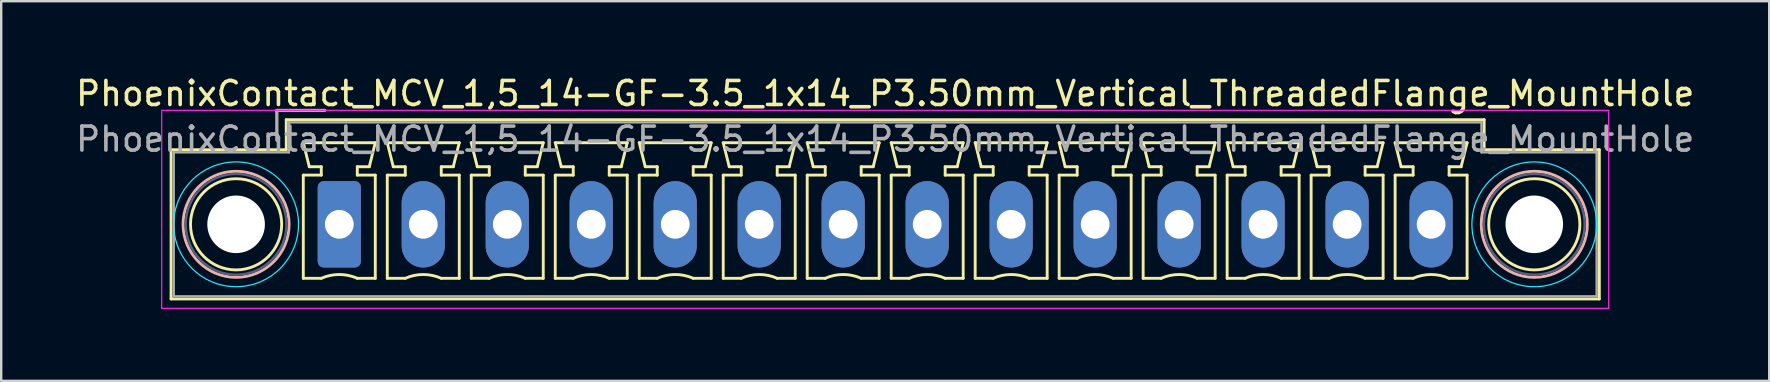
<source format=kicad_pcb>
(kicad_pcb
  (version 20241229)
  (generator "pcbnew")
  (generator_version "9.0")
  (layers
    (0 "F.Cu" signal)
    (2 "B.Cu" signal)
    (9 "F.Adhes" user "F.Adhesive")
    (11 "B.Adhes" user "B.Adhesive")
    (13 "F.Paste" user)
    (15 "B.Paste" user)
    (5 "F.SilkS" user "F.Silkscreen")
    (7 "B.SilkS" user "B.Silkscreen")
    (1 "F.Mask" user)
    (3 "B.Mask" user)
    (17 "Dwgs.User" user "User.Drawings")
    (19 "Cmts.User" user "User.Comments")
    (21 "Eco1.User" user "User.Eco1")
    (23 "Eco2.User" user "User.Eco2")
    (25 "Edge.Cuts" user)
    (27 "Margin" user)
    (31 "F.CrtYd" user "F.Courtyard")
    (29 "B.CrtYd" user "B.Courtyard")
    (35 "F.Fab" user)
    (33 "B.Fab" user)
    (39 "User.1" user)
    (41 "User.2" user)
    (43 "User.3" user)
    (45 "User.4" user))
  (footprint "PhoenixContact_MCV_1,5_14-GF-3.5_1x14_P3.50mm_Vertical_ThreadedFlange_MountHole"
    (layer "F.Cu")
    (at 11.089 6.298)
    (property "Reference" "PhoenixContact_MCV_1,5_14-GF-3.5_1x14_P3.50mm_Vertical_ThreadedFlange_MountHole" (at 22.75 -5.45 0) (layer "F.SilkS") (effects (font (size 1 1) (thickness 0.15))))
    (attr through_hole)
    (fp_line (start -7.01 -3.11) (end -7.01 3.11) (stroke (width 0.12) (type solid)) (layer "F.SilkS"))
    (fp_line (start -7.01 3.11) (end 52.51 3.11) (stroke (width 0.12) (type solid)) (layer "F.SilkS"))
    (fp_line (start -2.6 -4.75) (end -0.6 -4.75) (stroke (width 0.12) (type solid)) (layer "F.SilkS"))
    (fp_line (start -2.6 -3.5) (end -2.6 -4.75) (stroke (width 0.12) (type solid)) (layer "F.SilkS"))
    (fp_line (start -2.21 -4.36) (end -2.21 -3.11) (stroke (width 0.12) (type solid)) (layer "F.SilkS"))
    (fp_line (start -2.21 -3.11) (end -7.01 -3.11) (stroke (width 0.12) (type solid)) (layer "F.SilkS"))
    (fp_line (start -1.5 -3.4) (end 1.5 -3.4) (stroke (width 0.12) (type solid)) (layer "F.SilkS"))
    (fp_line (start -1.5 -2.05) (end -0.75 -2.05) (stroke (width 0.12) (type solid)) (layer "F.SilkS"))
    (fp_line (start -1.5 2.25) (end -1.5 -2.05) (stroke (width 0.12) (type solid)) (layer "F.SilkS"))
    (fp_line (start -1.25 -2.4) (end -1.5 -3.4) (stroke (width 0.12) (type solid)) (layer "F.SilkS"))
    (fp_line (start -0.75 -2.4) (end -1.25 -2.4) (stroke (width 0.12) (type solid)) (layer "F.SilkS"))
    (fp_line (start -0.75 -2.05) (end -0.75 -2.4) (stroke (width 0.12) (type solid)) (layer "F.SilkS"))
    (fp_line (start -0.75 2.25) (end -1.5 2.25) (stroke (width 0.12) (type solid)) (layer "F.SilkS"))
    (fp_line (start 0.75 -2.4) (end 0.75 -2.05) (stroke (width 0.12) (type solid)) (layer "F.SilkS"))
    (fp_line (start 0.75 -2.05) (end 1.5 -2.05) (stroke (width 0.12) (type solid)) (layer "F.SilkS"))
    (fp_line (start 1.25 -2.4) (end 0.75 -2.4) (stroke (width 0.12) (type solid)) (layer "F.SilkS"))
    (fp_line (start 1.5 -3.4) (end 1.25 -2.4) (stroke (width 0.12) (type solid)) (layer "F.SilkS"))
    (fp_line (start 1.5 -2.05) (end 1.5 2.25) (stroke (width 0.12) (type solid)) (layer "F.SilkS"))
    (fp_line (start 1.5 2.25) (end 0.75 2.25) (stroke (width 0.12) (type solid)) (layer "F.SilkS"))
    (fp_line (start 2 -3.4) (end 5 -3.4) (stroke (width 0.12) (type solid)) (layer "F.SilkS"))
    (fp_line (start 2 -2.05) (end 2.75 -2.05) (stroke (width 0.12) (type solid)) (layer "F.SilkS"))
    (fp_line (start 2 2.25) (end 2 -2.05) (stroke (width 0.12) (type solid)) (layer "F.SilkS"))
    (fp_line (start 2.25 -2.4) (end 2 -3.4) (stroke (width 0.12) (type solid)) (layer "F.SilkS"))
    (fp_line (start 2.75 -2.4) (end 2.25 -2.4) (stroke (width 0.12) (type solid)) (layer "F.SilkS"))
    (fp_line (start 2.75 -2.05) (end 2.75 -2.4) (stroke (width 0.12) (type solid)) (layer "F.SilkS"))
    (fp_line (start 2.75 2.25) (end 2 2.25) (stroke (width 0.12) (type solid)) (layer "F.SilkS"))
    (fp_line (start 4.25 -2.4) (end 4.25 -2.05) (stroke (width 0.12) (type solid)) (layer "F.SilkS"))
    (fp_line (start 4.25 -2.05) (end 5 -2.05) (stroke (width 0.12) (type solid)) (layer "F.SilkS"))
    (fp_line (start 4.75 -2.4) (end 4.25 -2.4) (stroke (width 0.12) (type solid)) (layer "F.SilkS"))
    (fp_line (start 5 -3.4) (end 4.75 -2.4) (stroke (width 0.12) (type solid)) (layer "F.SilkS"))
    (fp_line (start 5 -2.05) (end 5 2.25) (stroke (width 0.12) (type solid)) (layer "F.SilkS"))
    (fp_line (start 5 2.25) (end 4.25 2.25) (stroke (width 0.12) (type solid)) (layer "F.SilkS"))
    (fp_line (start 5.5 -3.4) (end 8.5 -3.4) (stroke (width 0.12) (type solid)) (layer "F.SilkS"))
    (fp_line (start 5.5 -2.05) (end 6.25 -2.05) (stroke (width 0.12) (type solid)) (layer "F.SilkS"))
    (fp_line (start 5.5 2.25) (end 5.5 -2.05) (stroke (width 0.12) (type solid)) (layer "F.SilkS"))
    (fp_line (start 5.75 -2.4) (end 5.5 -3.4) (stroke (width 0.12) (type solid)) (layer "F.SilkS"))
    (fp_line (start 6.25 -2.4) (end 5.75 -2.4) (stroke (width 0.12) (type solid)) (layer "F.SilkS"))
    (fp_line (start 6.25 -2.05) (end 6.25 -2.4) (stroke (width 0.12) (type solid)) (layer "F.SilkS"))
    (fp_line (start 6.25 2.25) (end 5.5 2.25) (stroke (width 0.12) (type solid)) (layer "F.SilkS"))
    (fp_line (start 7.75 -2.4) (end 7.75 -2.05) (stroke (width 0.12) (type solid)) (layer "F.SilkS"))
    (fp_line (start 7.75 -2.05) (end 8.5 -2.05) (stroke (width 0.12) (type solid)) (layer "F.SilkS"))
    (fp_line (start 8.25 -2.4) (end 7.75 -2.4) (stroke (width 0.12) (type solid)) (layer "F.SilkS"))
    (fp_line (start 8.5 -3.4) (end 8.25 -2.4) (stroke (width 0.12) (type solid)) (layer "F.SilkS"))
    (fp_line (start 8.5 -2.05) (end 8.5 2.25) (stroke (width 0.12) (type solid)) (layer "F.SilkS"))
    (fp_line (start 8.5 2.25) (end 7.75 2.25) (stroke (width 0.12) (type solid)) (layer "F.SilkS"))
    (fp_line (start 9 -3.4) (end 12 -3.4) (stroke (width 0.12) (type solid)) (layer "F.SilkS"))
    (fp_line (start 9 -2.05) (end 9.75 -2.05) (stroke (width 0.12) (type solid)) (layer "F.SilkS"))
    (fp_line (start 9 2.25) (end 9 -2.05) (stroke (width 0.12) (type solid)) (layer "F.SilkS"))
    (fp_line (start 9.25 -2.4) (end 9 -3.4) (stroke (width 0.12) (type solid)) (layer "F.SilkS"))
    (fp_line (start 9.75 -2.4) (end 9.25 -2.4) (stroke (width 0.12) (type solid)) (layer "F.SilkS"))
    (fp_line (start 9.75 -2.05) (end 9.75 -2.4) (stroke (width 0.12) (type solid)) (layer "F.SilkS"))
    (fp_line (start 9.75 2.25) (end 9 2.25) (stroke (width 0.12) (type solid)) (layer "F.SilkS"))
    (fp_line (start 11.25 -2.4) (end 11.25 -2.05) (stroke (width 0.12) (type solid)) (layer "F.SilkS"))
    (fp_line (start 11.25 -2.05) (end 12 -2.05) (stroke (width 0.12) (type solid)) (layer "F.SilkS"))
    (fp_line (start 11.75 -2.4) (end 11.25 -2.4) (stroke (width 0.12) (type solid)) (layer "F.SilkS"))
    (fp_line (start 12 -3.4) (end 11.75 -2.4) (stroke (width 0.12) (type solid)) (layer "F.SilkS"))
    (fp_line (start 12 -2.05) (end 12 2.25) (stroke (width 0.12) (type solid)) (layer "F.SilkS"))
    (fp_line (start 12 2.25) (end 11.25 2.25) (stroke (width 0.12) (type solid)) (layer "F.SilkS"))
    (fp_line (start 12.5 -3.4) (end 15.5 -3.4) (stroke (width 0.12) (type solid)) (layer "F.SilkS"))
    (fp_line (start 12.5 -2.05) (end 13.25 -2.05) (stroke (width 0.12) (type solid)) (layer "F.SilkS"))
    (fp_line (start 12.5 2.25) (end 12.5 -2.05) (stroke (width 0.12) (type solid)) (layer "F.SilkS"))
    (fp_line (start 12.75 -2.4) (end 12.5 -3.4) (stroke (width 0.12) (type solid)) (layer "F.SilkS"))
    (fp_line (start 13.25 -2.4) (end 12.75 -2.4) (stroke (width 0.12) (type solid)) (layer "F.SilkS"))
    (fp_line (start 13.25 -2.05) (end 13.25 -2.4) (stroke (width 0.12) (type solid)) (layer "F.SilkS"))
    (fp_line (start 13.25 2.25) (end 12.5 2.25) (stroke (width 0.12) (type solid)) (layer "F.SilkS"))
    (fp_line (start 14.75 -2.4) (end 14.75 -2.05) (stroke (width 0.12) (type solid)) (layer "F.SilkS"))
    (fp_line (start 14.75 -2.05) (end 15.5 -2.05) (stroke (width 0.12) (type solid)) (layer "F.SilkS"))
    (fp_line (start 15.25 -2.4) (end 14.75 -2.4) (stroke (width 0.12) (type solid)) (layer "F.SilkS"))
    (fp_line (start 15.5 -3.4) (end 15.25 -2.4) (stroke (width 0.12) (type solid)) (layer "F.SilkS"))
    (fp_line (start 15.5 -2.05) (end 15.5 2.25) (stroke (width 0.12) (type solid)) (layer "F.SilkS"))
    (fp_line (start 15.5 2.25) (end 14.75 2.25) (stroke (width 0.12) (type solid)) (layer "F.SilkS"))
    (fp_line (start 16 -3.4) (end 19 -3.4) (stroke (width 0.12) (type solid)) (layer "F.SilkS"))
    (fp_line (start 16 -2.05) (end 16.75 -2.05) (stroke (width 0.12) (type solid)) (layer "F.SilkS"))
    (fp_line (start 16 2.25) (end 16 -2.05) (stroke (width 0.12) (type solid)) (layer "F.SilkS"))
    (fp_line (start 16.25 -2.4) (end 16 -3.4) (stroke (width 0.12) (type solid)) (layer "F.SilkS"))
    (fp_line (start 16.75 -2.4) (end 16.25 -2.4) (stroke (width 0.12) (type solid)) (layer "F.SilkS"))
    (fp_line (start 16.75 -2.05) (end 16.75 -2.4) (stroke (width 0.12) (type solid)) (layer "F.SilkS"))
    (fp_line (start 16.75 2.25) (end 16 2.25) (stroke (width 0.12) (type solid)) (layer "F.SilkS"))
    (fp_line (start 18.25 -2.4) (end 18.25 -2.05) (stroke (width 0.12) (type solid)) (layer "F.SilkS"))
    (fp_line (start 18.25 -2.05) (end 19 -2.05) (stroke (width 0.12) (type solid)) (layer "F.SilkS"))
    (fp_line (start 18.75 -2.4) (end 18.25 -2.4) (stroke (width 0.12) (type solid)) (layer "F.SilkS"))
    (fp_line (start 19 -3.4) (end 18.75 -2.4) (stroke (width 0.12) (type solid)) (layer "F.SilkS"))
    (fp_line (start 19 -2.05) (end 19 2.25) (stroke (width 0.12) (type solid)) (layer "F.SilkS"))
    (fp_line (start 19 2.25) (end 18.25 2.25) (stroke (width 0.12) (type solid)) (layer "F.SilkS"))
    (fp_line (start 19.5 -3.4) (end 22.5 -3.4) (stroke (width 0.12) (type solid)) (layer "F.SilkS"))
    (fp_line (start 19.5 -2.05) (end 20.25 -2.05) (stroke (width 0.12) (type solid)) (layer "F.SilkS"))
    (fp_line (start 19.5 2.25) (end 19.5 -2.05) (stroke (width 0.12) (type solid)) (layer "F.SilkS"))
    (fp_line (start 19.75 -2.4) (end 19.5 -3.4) (stroke (width 0.12) (type solid)) (layer "F.SilkS"))
    (fp_line (start 20.25 -2.4) (end 19.75 -2.4) (stroke (width 0.12) (type solid)) (layer "F.SilkS"))
    (fp_line (start 20.25 -2.05) (end 20.25 -2.4) (stroke (width 0.12) (type solid)) (layer "F.SilkS"))
    (fp_line (start 20.25 2.25) (end 19.5 2.25) (stroke (width 0.12) (type solid)) (layer "F.SilkS"))
    (fp_line (start 21.75 -2.4) (end 21.75 -2.05) (stroke (width 0.12) (type solid)) (layer "F.SilkS"))
    (fp_line (start 21.75 -2.05) (end 22.5 -2.05) (stroke (width 0.12) (type solid)) (layer "F.SilkS"))
    (fp_line (start 22.25 -2.4) (end 21.75 -2.4) (stroke (width 0.12) (type solid)) (layer "F.SilkS"))
    (fp_line (start 22.5 -3.4) (end 22.25 -2.4) (stroke (width 0.12) (type solid)) (layer "F.SilkS"))
    (fp_line (start 22.5 -2.05) (end 22.5 2.25) (stroke (width 0.12) (type solid)) (layer "F.SilkS"))
    (fp_line (start 22.5 2.25) (end 21.75 2.25) (stroke (width 0.12) (type solid)) (layer "F.SilkS"))
    (fp_line (start 23 -3.4) (end 26 -3.4) (stroke (width 0.12) (type solid)) (layer "F.SilkS"))
    (fp_line (start 23 -2.05) (end 23.75 -2.05) (stroke (width 0.12) (type solid)) (layer "F.SilkS"))
    (fp_line (start 23 2.25) (end 23 -2.05) (stroke (width 0.12) (type solid)) (layer "F.SilkS"))
    (fp_line (start 23.25 -2.4) (end 23 -3.4) (stroke (width 0.12) (type solid)) (layer "F.SilkS"))
    (fp_line (start 23.75 -2.4) (end 23.25 -2.4) (stroke (width 0.12) (type solid)) (layer "F.SilkS"))
    (fp_line (start 23.75 -2.05) (end 23.75 -2.4) (stroke (width 0.12) (type solid)) (layer "F.SilkS"))
    (fp_line (start 23.75 2.25) (end 23 2.25) (stroke (width 0.12) (type solid)) (layer "F.SilkS"))
    (fp_line (start 25.25 -2.4) (end 25.25 -2.05) (stroke (width 0.12) (type solid)) (layer "F.SilkS"))
    (fp_line (start 25.25 -2.05) (end 26 -2.05) (stroke (width 0.12) (type solid)) (layer "F.SilkS"))
    (fp_line (start 25.75 -2.4) (end 25.25 -2.4) (stroke (width 0.12) (type solid)) (layer "F.SilkS"))
    (fp_line (start 26 -3.4) (end 25.75 -2.4) (stroke (width 0.12) (type solid)) (layer "F.SilkS"))
    (fp_line (start 26 -2.05) (end 26 2.25) (stroke (width 0.12) (type solid)) (layer "F.SilkS"))
    (fp_line (start 26 2.25) (end 25.25 2.25) (stroke (width 0.12) (type solid)) (layer "F.SilkS"))
    (fp_line (start 26.5 -3.4) (end 29.5 -3.4) (stroke (width 0.12) (type solid)) (layer "F.SilkS"))
    (fp_line (start 26.5 -2.05) (end 27.25 -2.05) (stroke (width 0.12) (type solid)) (layer "F.SilkS"))
    (fp_line (start 26.5 2.25) (end 26.5 -2.05) (stroke (width 0.12) (type solid)) (layer "F.SilkS"))
    (fp_line (start 26.75 -2.4) (end 26.5 -3.4) (stroke (width 0.12) (type solid)) (layer "F.SilkS"))
    (fp_line (start 27.25 -2.4) (end 26.75 -2.4) (stroke (width 0.12) (type solid)) (layer "F.SilkS"))
    (fp_line (start 27.25 -2.05) (end 27.25 -2.4) (stroke (width 0.12) (type solid)) (layer "F.SilkS"))
    (fp_line (start 27.25 2.25) (end 26.5 2.25) (stroke (width 0.12) (type solid)) (layer "F.SilkS"))
    (fp_line (start 28.75 -2.4) (end 28.75 -2.05) (stroke (width 0.12) (type solid)) (layer "F.SilkS"))
    (fp_line (start 28.75 -2.05) (end 29.5 -2.05) (stroke (width 0.12) (type solid)) (layer "F.SilkS"))
    (fp_line (start 29.25 -2.4) (end 28.75 -2.4) (stroke (width 0.12) (type solid)) (layer "F.SilkS"))
    (fp_line (start 29.5 -3.4) (end 29.25 -2.4) (stroke (width 0.12) (type solid)) (layer "F.SilkS"))
    (fp_line (start 29.5 -2.05) (end 29.5 2.25) (stroke (width 0.12) (type solid)) (layer "F.SilkS"))
    (fp_line (start 29.5 2.25) (end 28.75 2.25) (stroke (width 0.12) (type solid)) (layer "F.SilkS"))
    (fp_line (start 30 -3.4) (end 33 -3.4) (stroke (width 0.12) (type solid)) (layer "F.SilkS"))
    (fp_line (start 30 -2.05) (end 30.75 -2.05) (stroke (width 0.12) (type solid)) (layer "F.SilkS"))
    (fp_line (start 30 2.25) (end 30 -2.05) (stroke (width 0.12) (type solid)) (layer "F.SilkS"))
    (fp_line (start 30.25 -2.4) (end 30 -3.4) (stroke (width 0.12) (type solid)) (layer "F.SilkS"))
    (fp_line (start 30.75 -2.4) (end 30.25 -2.4) (stroke (width 0.12) (type solid)) (layer "F.SilkS"))
    (fp_line (start 30.75 -2.05) (end 30.75 -2.4) (stroke (width 0.12) (type solid)) (layer "F.SilkS"))
    (fp_line (start 30.75 2.25) (end 30 2.25) (stroke (width 0.12) (type solid)) (layer "F.SilkS"))
    (fp_line (start 32.25 -2.4) (end 32.25 -2.05) (stroke (width 0.12) (type solid)) (layer "F.SilkS"))
    (fp_line (start 32.25 -2.05) (end 33 -2.05) (stroke (width 0.12) (type solid)) (layer "F.SilkS"))
    (fp_line (start 32.75 -2.4) (end 32.25 -2.4) (stroke (width 0.12) (type solid)) (layer "F.SilkS"))
    (fp_line (start 33 -3.4) (end 32.75 -2.4) (stroke (width 0.12) (type solid)) (layer "F.SilkS"))
    (fp_line (start 33 -2.05) (end 33 2.25) (stroke (width 0.12) (type solid)) (layer "F.SilkS"))
    (fp_line (start 33 2.25) (end 32.25 2.25) (stroke (width 0.12) (type solid)) (layer "F.SilkS"))
    (fp_line (start 33.5 -3.4) (end 36.5 -3.4) (stroke (width 0.12) (type solid)) (layer "F.SilkS"))
    (fp_line (start 33.5 -2.05) (end 34.25 -2.05) (stroke (width 0.12) (type solid)) (layer "F.SilkS"))
    (fp_line (start 33.5 2.25) (end 33.5 -2.05) (stroke (width 0.12) (type solid)) (layer "F.SilkS"))
    (fp_line (start 33.75 -2.4) (end 33.5 -3.4) (stroke (width 0.12) (type solid)) (layer "F.SilkS"))
    (fp_line (start 34.25 -2.4) (end 33.75 -2.4) (stroke (width 0.12) (type solid)) (layer "F.SilkS"))
    (fp_line (start 34.25 -2.05) (end 34.25 -2.4) (stroke (width 0.12) (type solid)) (layer "F.SilkS"))
    (fp_line (start 34.25 2.25) (end 33.5 2.25) (stroke (width 0.12) (type solid)) (layer "F.SilkS"))
    (fp_line (start 35.75 -2.4) (end 35.75 -2.05) (stroke (width 0.12) (type solid)) (layer "F.SilkS"))
    (fp_line (start 35.75 -2.05) (end 36.5 -2.05) (stroke (width 0.12) (type solid)) (layer "F.SilkS"))
    (fp_line (start 36.25 -2.4) (end 35.75 -2.4) (stroke (width 0.12) (type solid)) (layer "F.SilkS"))
    (fp_line (start 36.5 -3.4) (end 36.25 -2.4) (stroke (width 0.12) (type solid)) (layer "F.SilkS"))
    (fp_line (start 36.5 -2.05) (end 36.5 2.25) (stroke (width 0.12) (type solid)) (layer "F.SilkS"))
    (fp_line (start 36.5 2.25) (end 35.75 2.25) (stroke (width 0.12) (type solid)) (layer "F.SilkS"))
    (fp_line (start 37 -3.4) (end 40 -3.4) (stroke (width 0.12) (type solid)) (layer "F.SilkS"))
    (fp_line (start 37 -2.05) (end 37.75 -2.05) (stroke (width 0.12) (type solid)) (layer "F.SilkS"))
    (fp_line (start 37 2.25) (end 37 -2.05) (stroke (width 0.12) (type solid)) (layer "F.SilkS"))
    (fp_line (start 37.25 -2.4) (end 37 -3.4) (stroke (width 0.12) (type solid)) (layer "F.SilkS"))
    (fp_line (start 37.75 -2.4) (end 37.25 -2.4) (stroke (width 0.12) (type solid)) (layer "F.SilkS"))
    (fp_line (start 37.75 -2.05) (end 37.75 -2.4) (stroke (width 0.12) (type solid)) (layer "F.SilkS"))
    (fp_line (start 37.75 2.25) (end 37 2.25) (stroke (width 0.12) (type solid)) (layer "F.SilkS"))
    (fp_line (start 39.25 -2.4) (end 39.25 -2.05) (stroke (width 0.12) (type solid)) (layer "F.SilkS"))
    (fp_line (start 39.25 -2.05) (end 40 -2.05) (stroke (width 0.12) (type solid)) (layer "F.SilkS"))
    (fp_line (start 39.75 -2.4) (end 39.25 -2.4) (stroke (width 0.12) (type solid)) (layer "F.SilkS"))
    (fp_line (start 40 -3.4) (end 39.75 -2.4) (stroke (width 0.12) (type solid)) (layer "F.SilkS"))
    (fp_line (start 40 -2.05) (end 40 2.25) (stroke (width 0.12) (type solid)) (layer "F.SilkS"))
    (fp_line (start 40 2.25) (end 39.25 2.25) (stroke (width 0.12) (type solid)) (layer "F.SilkS"))
    (fp_line (start 40.5 -3.4) (end 43.5 -3.4) (stroke (width 0.12) (type solid)) (layer "F.SilkS"))
    (fp_line (start 40.5 -2.05) (end 41.25 -2.05) (stroke (width 0.12) (type solid)) (layer "F.SilkS"))
    (fp_line (start 40.5 2.25) (end 40.5 -2.05) (stroke (width 0.12) (type solid)) (layer "F.SilkS"))
    (fp_line (start 40.75 -2.4) (end 40.5 -3.4) (stroke (width 0.12) (type solid)) (layer "F.SilkS"))
    (fp_line (start 41.25 -2.4) (end 40.75 -2.4) (stroke (width 0.12) (type solid)) (layer "F.SilkS"))
    (fp_line (start 41.25 -2.05) (end 41.25 -2.4) (stroke (width 0.12) (type solid)) (layer "F.SilkS"))
    (fp_line (start 41.25 2.25) (end 40.5 2.25) (stroke (width 0.12) (type solid)) (layer "F.SilkS"))
    (fp_line (start 42.75 -2.4) (end 42.75 -2.05) (stroke (width 0.12) (type solid)) (layer "F.SilkS"))
    (fp_line (start 42.75 -2.05) (end 43.5 -2.05) (stroke (width 0.12) (type solid)) (layer "F.SilkS"))
    (fp_line (start 43.25 -2.4) (end 42.75 -2.4) (stroke (width 0.12) (type solid)) (layer "F.SilkS"))
    (fp_line (start 43.5 -3.4) (end 43.25 -2.4) (stroke (width 0.12) (type solid)) (layer "F.SilkS"))
    (fp_line (start 43.5 -2.05) (end 43.5 2.25) (stroke (width 0.12) (type solid)) (layer "F.SilkS"))
    (fp_line (start 43.5 2.25) (end 42.75 2.25) (stroke (width 0.12) (type solid)) (layer "F.SilkS"))
    (fp_line (start 44 -3.4) (end 47 -3.4) (stroke (width 0.12) (type solid)) (layer "F.SilkS"))
    (fp_line (start 44 -2.05) (end 44.75 -2.05) (stroke (width 0.12) (type solid)) (layer "F.SilkS"))
    (fp_line (start 44 2.25) (end 44 -2.05) (stroke (width 0.12) (type solid)) (layer "F.SilkS"))
    (fp_line (start 44.25 -2.4) (end 44 -3.4) (stroke (width 0.12) (type solid)) (layer "F.SilkS"))
    (fp_line (start 44.75 -2.4) (end 44.25 -2.4) (stroke (width 0.12) (type solid)) (layer "F.SilkS"))
    (fp_line (start 44.75 -2.05) (end 44.75 -2.4) (stroke (width 0.12) (type solid)) (layer "F.SilkS"))
    (fp_line (start 44.75 2.25) (end 44 2.25) (stroke (width 0.12) (type solid)) (layer "F.SilkS"))
    (fp_line (start 46.25 -2.4) (end 46.25 -2.05) (stroke (width 0.12) (type solid)) (layer "F.SilkS"))
    (fp_line (start 46.25 -2.05) (end 47 -2.05) (stroke (width 0.12) (type solid)) (layer "F.SilkS"))
    (fp_line (start 46.75 -2.4) (end 46.25 -2.4) (stroke (width 0.12) (type solid)) (layer "F.SilkS"))
    (fp_line (start 47 -3.4) (end 46.75 -2.4) (stroke (width 0.12) (type solid)) (layer "F.SilkS"))
    (fp_line (start 47 -2.05) (end 47 2.25) (stroke (width 0.12) (type solid)) (layer "F.SilkS"))
    (fp_line (start 47 2.25) (end 46.25 2.25) (stroke (width 0.12) (type solid)) (layer "F.SilkS"))
    (fp_line (start 47.71 -4.36) (end -2.21 -4.36) (stroke (width 0.12) (type solid)) (layer "F.SilkS"))
    (fp_line (start 47.71 -3.11) (end 47.71 -4.36) (stroke (width 0.12) (type solid)) (layer "F.SilkS"))
    (fp_line (start 52.51 -3.11) (end 47.71 -3.11) (stroke (width 0.12) (type solid)) (layer "F.SilkS"))
    (fp_line (start 52.51 3.11) (end 52.51 -3.11) (stroke (width 0.12) (type solid)) (layer "F.SilkS"))
    (fp_arc (start -0.75 2.25) (mid -0.000193 2.09191) (end 0.749647 2.249844) (stroke (width 0.12) (type solid)) (layer "F.SilkS"))
    (fp_arc (start 2.75 2.25) (mid 3.499807 2.09191) (end 4.249647 2.249844) (stroke (width 0.12) (type solid)) (layer "F.SilkS"))
    (fp_arc (start 6.25 2.25) (mid 6.999807 2.09191) (end 7.749647 2.249844) (stroke (width 0.12) (type solid)) (layer "F.SilkS"))
    (fp_arc (start 9.75 2.25) (mid 10.499807 2.09191) (end 11.249647 2.249844) (stroke (width 0.12) (type solid)) (layer "F.SilkS"))
    (fp_arc (start 13.25 2.25) (mid 13.999807 2.09191) (end 14.749647 2.249844) (stroke (width 0.12) (type solid)) (layer "F.SilkS"))
    (fp_arc (start 16.75 2.25) (mid 17.499807 2.09191) (end 18.249647 2.249844) (stroke (width 0.12) (type solid)) (layer "F.SilkS"))
    (fp_arc (start 20.25 2.25) (mid 20.999807 2.09191) (end 21.749647 2.249844) (stroke (width 0.12) (type solid)) (layer "F.SilkS"))
    (fp_arc (start 23.75 2.25) (mid 24.499807 2.09191) (end 25.249647 2.249844) (stroke (width 0.12) (type solid)) (layer "F.SilkS"))
    (fp_arc (start 27.25 2.25) (mid 27.999807 2.09191) (end 28.749647 2.249844) (stroke (width 0.12) (type solid)) (layer "F.SilkS"))
    (fp_arc (start 30.75 2.25) (mid 31.499807 2.09191) (end 32.249647 2.249844) (stroke (width 0.12) (type solid)) (layer "F.SilkS"))
    (fp_arc (start 34.25 2.25) (mid 34.999807 2.09191) (end 35.749647 2.249844) (stroke (width 0.12) (type solid)) (layer "F.SilkS"))
    (fp_arc (start 37.75 2.25) (mid 38.499807 2.09191) (end 39.249647 2.249844) (stroke (width 0.12) (type solid)) (layer "F.SilkS"))
    (fp_arc (start 41.25 2.25) (mid 41.999807 2.09191) (end 42.749647 2.249844) (stroke (width 0.12) (type solid)) (layer "F.SilkS"))
    (fp_arc (start 44.75 2.25) (mid 45.499807 2.09191) (end 46.249647 2.249844) (stroke (width 0.12) (type solid)) (layer "F.SilkS"))
    (fp_circle (center -4.3 0) (end -2.4 0) (stroke (width 0.12) (type solid)) (fill no) (layer "F.SilkS"))
    (fp_circle (center 49.8 0) (end 51.7 0) (stroke (width 0.12) (type solid)) (fill no) (layer "F.SilkS"))
    (fp_circle (center -4.3 0) (end -2.09 0) (stroke (width 0.12) (type solid)) (fill no) (layer "B.SilkS"))
    (fp_circle (center 49.8 0) (end 52.01 0) (stroke (width 0.12) (type solid)) (fill no) (layer "B.SilkS"))
    (fp_circle (center -4.3 0) (end -1.7 0) (stroke (width 0.05) (type solid)) (fill no) (layer "B.CrtYd"))
    (fp_circle (center 49.8 0) (end 52.4 0) (stroke (width 0.05) (type solid)) (fill no) (layer "B.CrtYd"))
    (fp_line (start -7.4 -4.75) (end -7.4 3.5) (stroke (width 0.05) (type solid)) (layer "F.CrtYd"))
    (fp_line (start -7.4 3.5) (end 52.9 3.5) (stroke (width 0.05) (type solid)) (layer "F.CrtYd"))
    (fp_line (start 52.9 -4.75) (end -7.4 -4.75) (stroke (width 0.05) (type solid)) (layer "F.CrtYd"))
    (fp_line (start 52.9 3.5) (end 52.9 -4.75) (stroke (width 0.05) (type solid)) (layer "F.CrtYd"))
    (fp_circle (center -4.3 0) (end -2.2 0) (stroke (width 0.1) (type solid)) (fill no) (layer "B.Fab"))
    (fp_circle (center 49.8 0) (end 51.9 0) (stroke (width 0.1) (type solid)) (fill no) (layer "B.Fab"))
    (fp_line (start -6.9 -3) (end -6.9 3) (stroke (width 0.1) (type solid)) (layer "F.Fab"))
    (fp_line (start -6.9 3) (end 52.4 3) (stroke (width 0.1) (type solid)) (layer "F.Fab"))
    (fp_line (start -2.6 -4.75) (end -0.6 -4.75) (stroke (width 0.1) (type solid)) (layer "F.Fab"))
    (fp_line (start -2.6 -3.5) (end -2.6 -4.75) (stroke (width 0.1) (type solid)) (layer "F.Fab"))
    (fp_line (start -2.1 -4.25) (end -2.1 -3) (stroke (width 0.1) (type solid)) (layer "F.Fab"))
    (fp_line (start -2.1 -3) (end -6.9 -3) (stroke (width 0.1) (type solid)) (layer "F.Fab"))
    (fp_line (start 47.6 -4.25) (end -2.1 -4.25) (stroke (width 0.1) (type solid)) (layer "F.Fab"))
    (fp_line (start 47.6 -3) (end 47.6 -4.25) (stroke (width 0.1) (type solid)) (layer "F.Fab"))
    (fp_line (start 52.4 -3) (end 47.6 -3) (stroke (width 0.1) (type solid)) (layer "F.Fab"))
    (fp_line (start 52.4 3) (end 52.4 -3) (stroke (width 0.1) (type solid)) (layer "F.Fab"))
    (fp_text user "${REFERENCE}" (at 22.75 -3.55 0) (layer "F.Fab") (effects (font (size 1 1) (thickness 0.15))))
    (pad "" np_thru_hole circle (at -4.3 0) (size 2.4 2.4) (drill 2.4) (layers "*.Cu" "*.Mask"))
    (pad "" np_thru_hole circle (at 49.8 0) (size 2.4 2.4) (drill 2.4) (layers "*.Cu" "*.Mask"))
    (pad "1" thru_hole roundrect (at 0 0) (size 1.8 3.6) (drill 1.2) (layers "*.Cu" "*.Mask") (roundrect_rratio 0.139))
    (pad "2" thru_hole oval (at 3.5 0) (size 1.8 3.6) (drill 1.2) (layers "*.Cu" "*.Mask"))
    (pad "3" thru_hole oval (at 7 0) (size 1.8 3.6) (drill 1.2) (layers "*.Cu" "*.Mask"))
    (pad "4" thru_hole oval (at 10.5 0) (size 1.8 3.6) (drill 1.2) (layers "*.Cu" "*.Mask"))
    (pad "5" thru_hole oval (at 14 0) (size 1.8 3.6) (drill 1.2) (layers "*.Cu" "*.Mask"))
    (pad "6" thru_hole oval (at 17.5 0) (size 1.8 3.6) (drill 1.2) (layers "*.Cu" "*.Mask"))
    (pad "7" thru_hole oval (at 21 0) (size 1.8 3.6) (drill 1.2) (layers "*.Cu" "*.Mask"))
    (pad "8" thru_hole oval (at 24.5 0) (size 1.8 3.6) (drill 1.2) (layers "*.Cu" "*.Mask"))
    (pad "9" thru_hole oval (at 28 0) (size 1.8 3.6) (drill 1.2) (layers "*.Cu" "*.Mask"))
    (pad "10" thru_hole oval (at 31.5 0) (size 1.8 3.6) (drill 1.2) (layers "*.Cu" "*.Mask"))
    (pad "11" thru_hole oval (at 35 0) (size 1.8 3.6) (drill 1.2) (layers "*.Cu" "*.Mask"))
    (pad "12" thru_hole oval (at 38.5 0) (size 1.8 3.6) (drill 1.2) (layers "*.Cu" "*.Mask"))
    (pad "13" thru_hole oval (at 42 0) (size 1.8 3.6) (drill 1.2) (layers "*.Cu" "*.Mask"))
    (pad "14" thru_hole oval (at 45.5 0) (size 1.8 3.6) (drill 1.2) (layers "*.Cu" "*.Mask")))
  (gr_rect
    (start -3 -3)
    (end 70.679 12.823)
    (stroke (width 0.1) (type default))
    (fill no)
    (layer "Edge.Cuts")))
</source>
